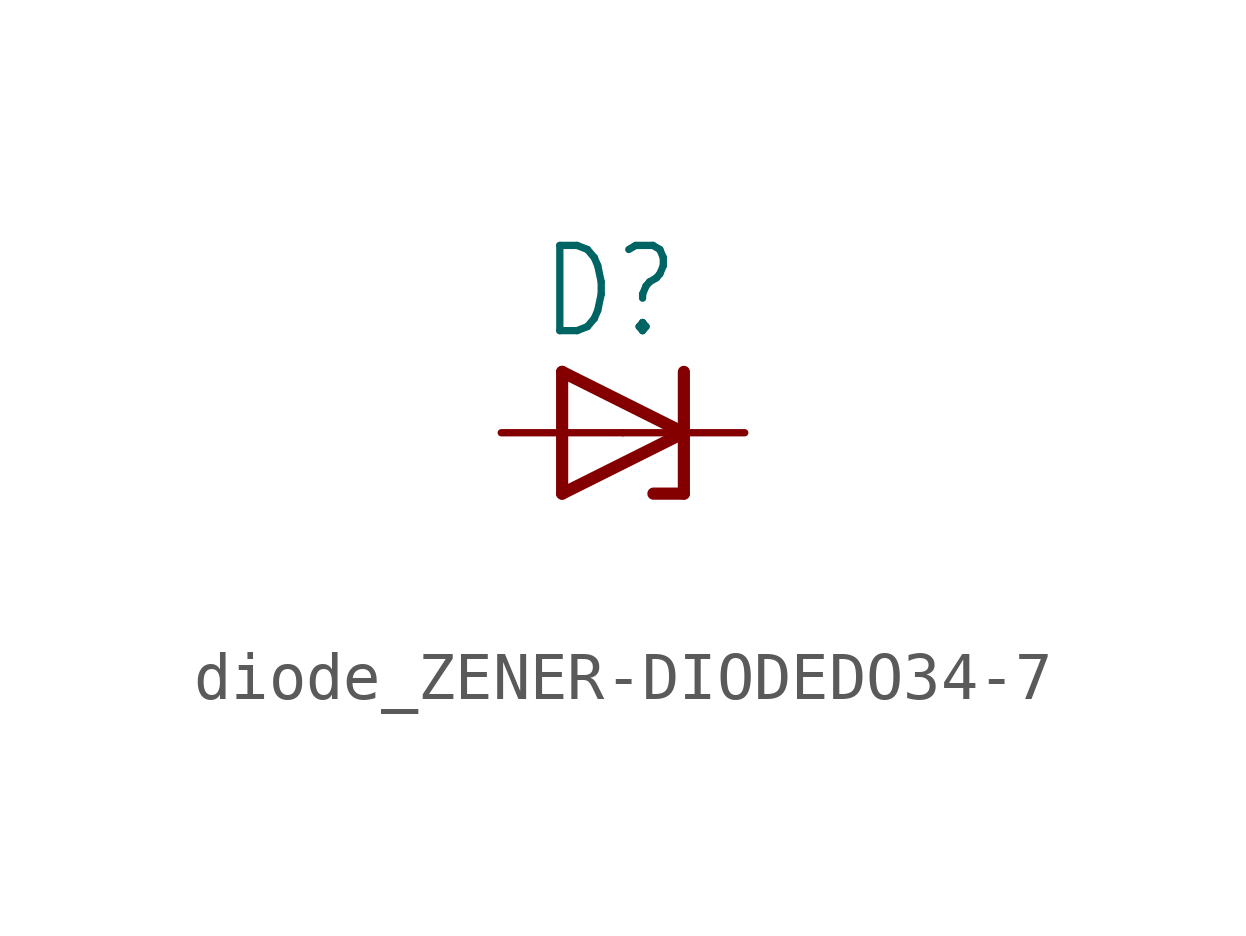
<source format=kicad_sym>
(kicad_symbol_lib
  (version 20241209)
  (generator "kicad_symbol_editor")
  (generator_version "9.0")
  (symbol "diode_ZENER-DIODEDO34-7"
    (property "Reference" "D"
      (at -1.778 1.905 0)
      (effects (font (size 1.778 1.511)) (justify left bottom)))
    (property "Value" ""
      (at -1.778 -3.429 0)
      (effects (font (size 1.778 1.511)) (justify left bottom)))
    (property "ki_locked" ""
      (at 0 0 0)
      (effects (font (size 1.27 1.27))))
    (symbol "diode_ZENER-DIODEDO34-7_1_0"
      (polyline (pts (xy -1.27 1.27) (xy -1.27 -1.27)) (stroke (width 0.254) (type solid)) (fill (type none)))
      (polyline (pts (xy -1.27 -1.27) (xy 1.27 0)) (stroke (width 0.254) (type solid)) (fill (type none)))
      (polyline (pts (xy 1.27 1.27) (xy 1.27 0)) (stroke (width 0.254) (type solid)) (fill (type none)))
      (polyline (pts (xy 1.27 0) (xy -1.27 1.27)) (stroke (width 0.254) (type solid)) (fill (type none)))
      (polyline (pts (xy 1.27 0) (xy 1.27 -1.27)) (stroke (width 0.254) (type solid)) (fill (type none)))
      (polyline (pts (xy 1.27 -1.27) (xy 0.635 -1.27)) (stroke (width 0.254) (type solid)) (fill (type none)))
      (pin passive line (at -2.54 0 0) (length 2.54) (name "A" (effects (font (size 0 0)))) (number "A" (effects (font (size 0 0)))))
      (pin passive line (at 2.54 0 180) (length 2.54) (name "C" (effects (font (size 0 0)))) (number "C" (effects (font (size 0 0))))))))
</source>
